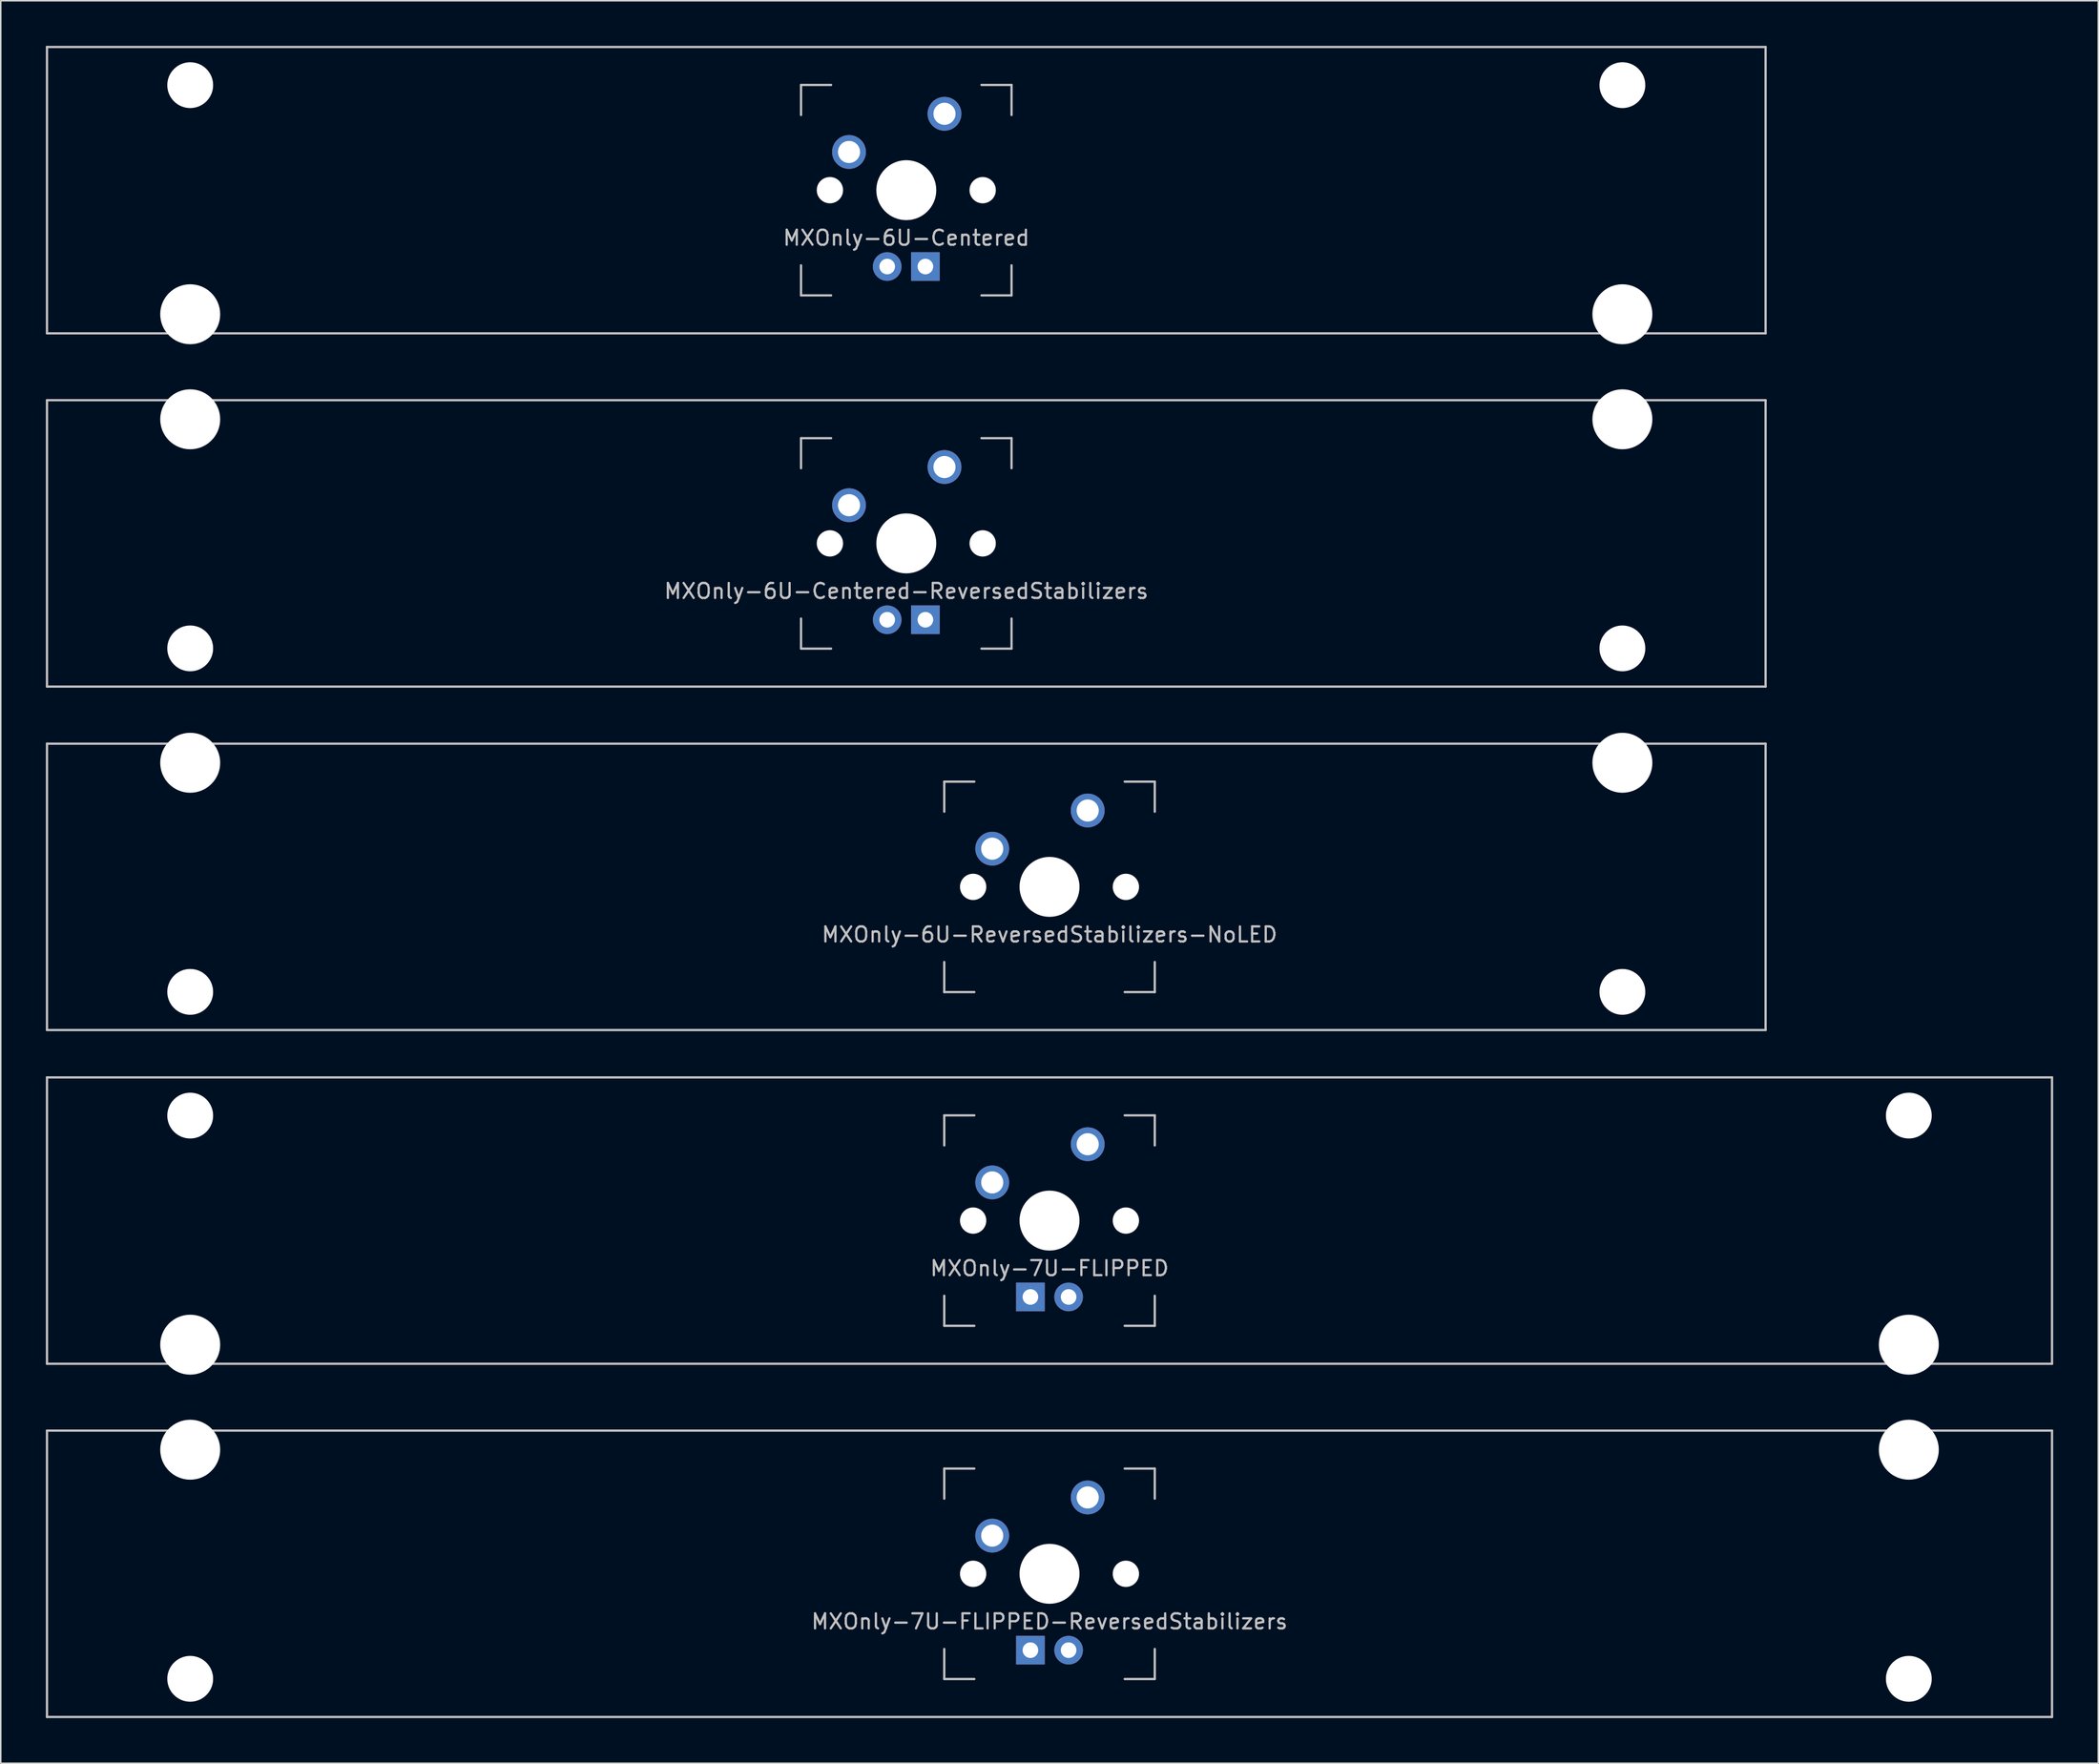
<source format=kicad_pcb>
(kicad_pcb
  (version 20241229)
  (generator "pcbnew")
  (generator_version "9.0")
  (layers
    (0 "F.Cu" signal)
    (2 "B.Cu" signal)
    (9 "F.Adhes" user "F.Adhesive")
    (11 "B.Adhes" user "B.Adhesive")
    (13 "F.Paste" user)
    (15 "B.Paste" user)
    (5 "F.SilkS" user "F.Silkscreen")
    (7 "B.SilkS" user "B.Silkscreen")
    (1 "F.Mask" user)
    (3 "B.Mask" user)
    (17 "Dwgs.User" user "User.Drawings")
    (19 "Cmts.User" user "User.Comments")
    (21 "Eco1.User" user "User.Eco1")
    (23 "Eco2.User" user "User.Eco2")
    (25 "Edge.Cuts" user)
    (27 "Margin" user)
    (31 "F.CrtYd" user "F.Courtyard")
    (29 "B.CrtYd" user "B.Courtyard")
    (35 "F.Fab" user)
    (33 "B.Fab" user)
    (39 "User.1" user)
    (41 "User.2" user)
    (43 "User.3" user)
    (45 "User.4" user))
  (footprint "MXOnly-6U-Centered-ReversedStabilizers"
    (layer "F.Cu")
    (at 57.225 33.098)
    (property "Reference" "MXOnly-6U-Centered-ReversedStabilizers" (at 0 3.175 0) (layer "Dwgs.User") (effects (font (size 1 1) (thickness 0.15))))
    (attr through_hole)
    (fp_line (start -57.15 -9.525) (end 57.15 -9.525) (stroke (width 0.15) (type solid)) (layer "Dwgs.User"))
    (fp_line (start -57.15 9.525) (end -57.15 -9.525) (stroke (width 0.15) (type solid)) (layer "Dwgs.User"))
    (fp_line (start -57.15 9.525) (end 57.15 9.525) (stroke (width 0.15) (type solid)) (layer "Dwgs.User"))
    (fp_line (start -7 -7) (end -7 -5) (stroke (width 0.15) (type solid)) (layer "Dwgs.User"))
    (fp_line (start -7 5) (end -7 7) (stroke (width 0.15) (type solid)) (layer "Dwgs.User"))
    (fp_line (start -7 7) (end -5 7) (stroke (width 0.15) (type solid)) (layer "Dwgs.User"))
    (fp_line (start -5 -7) (end -7 -7) (stroke (width 0.15) (type solid)) (layer "Dwgs.User"))
    (fp_line (start 5 -7) (end 7 -7) (stroke (width 0.15) (type solid)) (layer "Dwgs.User"))
    (fp_line (start 5 7) (end 7 7) (stroke (width 0.15) (type solid)) (layer "Dwgs.User"))
    (fp_line (start 7 -7) (end 7 -5) (stroke (width 0.15) (type solid)) (layer "Dwgs.User"))
    (fp_line (start 7 7) (end 7 5) (stroke (width 0.15) (type solid)) (layer "Dwgs.User"))
    (fp_line (start 57.15 -9.525) (end 57.15 9.525) (stroke (width 0.15) (type solid)) (layer "Dwgs.User"))
    (pad "" np_thru_hole circle (at -47.625 -8.255) (size 3.988 3.988) (drill 3.988) (layers "*.Cu" "*.Mask"))
    (pad "" np_thru_hole circle (at -47.625 6.985) (size 3.048 3.048) (drill 3.048) (layers "*.Cu" "*.Mask"))
    (pad "" np_thru_hole circle (at -5.08 0 48.1) (size 1.75 1.75) (drill 1.75) (layers "*.Cu" "*.Mask"))
    (pad "" np_thru_hole circle (at 0 0) (size 3.988 3.988) (drill 3.988) (layers "*.Cu" "*.Mask"))
    (pad "" np_thru_hole circle (at 5.08 0 48.1) (size 1.75 1.75) (drill 1.75) (layers "*.Cu" "*.Mask"))
    (pad "" np_thru_hole circle (at 47.625 -8.255) (size 3.988 3.988) (drill 3.988) (layers "*.Cu" "*.Mask"))
    (pad "" np_thru_hole circle (at 47.625 6.985) (size 3.048 3.048) (drill 3.048) (layers "*.Cu" "*.Mask"))
    (pad "1" thru_hole circle (at -3.81 -2.54) (size 2.25 2.25) (drill 1.47) (layers "*.Cu" "B.Mask"))
    (pad "2" thru_hole circle (at 2.54 -5.08) (size 2.25 2.25) (drill 1.47) (layers "*.Cu" "B.Mask"))
    (pad "3" thru_hole circle (at -1.27 5.08) (size 1.905 1.905) (drill 1.04) (layers "*.Cu" "B.Mask"))
    (pad "4" thru_hole rect (at 1.27 5.08) (size 1.905 1.905) (drill 1.04) (layers "*.Cu" "B.Mask")))
  (footprint "MXOnly-6U-ReversedStabilizers-NoLED"
    (layer "F.Cu")
    (at 57.225 55.947)
    (property "Reference" "MXOnly-6U-ReversedStabilizers-NoLED" (at 9.525 3.175 0) (layer "Dwgs.User") (effects (font (size 1 1) (thickness 0.15))))
    (attr through_hole)
    (fp_line (start -57.15 -9.525) (end 57.15 -9.525) (stroke (width 0.15) (type solid)) (layer "Dwgs.User"))
    (fp_line (start -57.15 9.525) (end -57.15 -9.525) (stroke (width 0.15) (type solid)) (layer "Dwgs.User"))
    (fp_line (start -57.15 9.525) (end 57.15 9.525) (stroke (width 0.15) (type solid)) (layer "Dwgs.User"))
    (fp_line (start 2.525 -7) (end 2.525 -5) (stroke (width 0.15) (type solid)) (layer "Dwgs.User"))
    (fp_line (start 2.525 5) (end 2.525 7) (stroke (width 0.15) (type solid)) (layer "Dwgs.User"))
    (fp_line (start 2.525 7) (end 4.525 7) (stroke (width 0.15) (type solid)) (layer "Dwgs.User"))
    (fp_line (start 4.525 -7) (end 2.525 -7) (stroke (width 0.15) (type solid)) (layer "Dwgs.User"))
    (fp_line (start 14.525 -7) (end 16.525 -7) (stroke (width 0.15) (type solid)) (layer "Dwgs.User"))
    (fp_line (start 14.525 7) (end 16.525 7) (stroke (width 0.15) (type solid)) (layer "Dwgs.User"))
    (fp_line (start 16.525 -7) (end 16.525 -5) (stroke (width 0.15) (type solid)) (layer "Dwgs.User"))
    (fp_line (start 16.525 7) (end 16.525 5) (stroke (width 0.15) (type solid)) (layer "Dwgs.User"))
    (fp_line (start 57.15 -9.525) (end 57.15 9.525) (stroke (width 0.15) (type solid)) (layer "Dwgs.User"))
    (pad "" np_thru_hole circle (at -47.625 -8.255) (size 3.988 3.988) (drill 3.988) (layers "*.Cu" "*.Mask"))
    (pad "" np_thru_hole circle (at -47.625 6.985) (size 3.048 3.048) (drill 3.048) (layers "*.Cu" "*.Mask"))
    (pad "" np_thru_hole circle (at 4.445 0 48.1) (size 1.75 1.75) (drill 1.75) (layers "*.Cu" "*.Mask"))
    (pad "" np_thru_hole circle (at 9.525 0) (size 3.988 3.988) (drill 3.988) (layers "*.Cu" "*.Mask"))
    (pad "" np_thru_hole circle (at 14.605 0 48.1) (size 1.75 1.75) (drill 1.75) (layers "*.Cu" "*.Mask"))
    (pad "" np_thru_hole circle (at 47.625 -8.255) (size 3.988 3.988) (drill 3.988) (layers "*.Cu" "*.Mask"))
    (pad "" np_thru_hole circle (at 47.625 6.985) (size 3.048 3.048) (drill 3.048) (layers "*.Cu" "*.Mask"))
    (pad "1" thru_hole circle (at 5.715 -2.54) (size 2.25 2.25) (drill 1.47) (layers "*.Cu" "B.Mask"))
    (pad "2" thru_hole circle (at 12.065 -5.08) (size 2.25 2.25) (drill 1.47) (layers "*.Cu" "B.Mask")))
  (footprint "MXOnly-7U-FLIPPED-ReversedStabilizers"
    (layer "F.Cu")
    (at 66.75 101.644)
    (property "Reference" "MXOnly-7U-FLIPPED-ReversedStabilizers" (at 0 3.175 0) (layer "Dwgs.User") (effects (font (size 1 1) (thickness 0.15))))
    (attr through_hole)
    (fp_line (start -66.675 -9.525) (end 66.675 -9.525) (stroke (width 0.15) (type solid)) (layer "Dwgs.User"))
    (fp_line (start -66.675 9.525) (end -66.675 -9.525) (stroke (width 0.15) (type solid)) (layer "Dwgs.User"))
    (fp_line (start -66.675 9.525) (end 66.675 9.525) (stroke (width 0.15) (type solid)) (layer "Dwgs.User"))
    (fp_line (start -7 -7) (end -7 -5) (stroke (width 0.15) (type solid)) (layer "Dwgs.User"))
    (fp_line (start -7 5) (end -7 7) (stroke (width 0.15) (type solid)) (layer "Dwgs.User"))
    (fp_line (start -7 7) (end -5 7) (stroke (width 0.15) (type solid)) (layer "Dwgs.User"))
    (fp_line (start -5 -7) (end -7 -7) (stroke (width 0.15) (type solid)) (layer "Dwgs.User"))
    (fp_line (start 5 -7) (end 7 -7) (stroke (width 0.15) (type solid)) (layer "Dwgs.User"))
    (fp_line (start 5 7) (end 7 7) (stroke (width 0.15) (type solid)) (layer "Dwgs.User"))
    (fp_line (start 7 -7) (end 7 -5) (stroke (width 0.15) (type solid)) (layer "Dwgs.User"))
    (fp_line (start 7 7) (end 7 5) (stroke (width 0.15) (type solid)) (layer "Dwgs.User"))
    (fp_line (start 66.675 -9.525) (end 66.675 9.525) (stroke (width 0.15) (type solid)) (layer "Dwgs.User"))
    (pad "" np_thru_hole circle (at -57.15 -8.255) (size 3.988 3.988) (drill 3.988) (layers "*.Cu" "*.Mask"))
    (pad "" np_thru_hole circle (at -57.15 6.985) (size 3.048 3.048) (drill 3.048) (layers "*.Cu" "*.Mask"))
    (pad "" np_thru_hole circle (at -5.08 0 48.1) (size 1.75 1.75) (drill 1.75) (layers "*.Cu" "*.Mask"))
    (pad "" np_thru_hole circle (at 0 0) (size 3.988 3.988) (drill 3.988) (layers "*.Cu" "*.Mask"))
    (pad "" np_thru_hole circle (at 5.08 0 48.1) (size 1.75 1.75) (drill 1.75) (layers "*.Cu" "*.Mask"))
    (pad "" np_thru_hole circle (at 57.15 -8.255) (size 3.988 3.988) (drill 3.988) (layers "*.Cu" "*.Mask"))
    (pad "" np_thru_hole circle (at 57.15 6.985) (size 3.048 3.048) (drill 3.048) (layers "*.Cu" "*.Mask"))
    (pad "1" thru_hole circle (at -3.81 -2.54) (size 2.25 2.25) (drill 1.47) (layers "*.Cu" "B.Mask"))
    (pad "2" thru_hole circle (at 2.54 -5.08) (size 2.25 2.25) (drill 1.47) (layers "*.Cu" "B.Mask"))
    (pad "3" thru_hole circle (at 1.27 5.08) (size 1.905 1.905) (drill 1.04) (layers "*.Cu" "B.Mask"))
    (pad "4" thru_hole rect (at -1.27 5.08) (size 1.905 1.905) (drill 1.04) (layers "*.Cu" "B.Mask")))
  (footprint "MXOnly-6U-Centered"
    (layer "F.Cu")
    (at 57.225 9.6)
    (property "Reference" "MXOnly-6U-Centered" (at 0 3.175 0) (layer "Dwgs.User") (effects (font (size 1 1) (thickness 0.15))))
    (attr through_hole)
    (fp_line (start -57.15 -9.525) (end 57.15 -9.525) (stroke (width 0.15) (type solid)) (layer "Dwgs.User"))
    (fp_line (start -57.15 9.525) (end -57.15 -9.525) (stroke (width 0.15) (type solid)) (layer "Dwgs.User"))
    (fp_line (start -57.15 9.525) (end 57.15 9.525) (stroke (width 0.15) (type solid)) (layer "Dwgs.User"))
    (fp_line (start -7 -7) (end -7 -5) (stroke (width 0.15) (type solid)) (layer "Dwgs.User"))
    (fp_line (start -7 5) (end -7 7) (stroke (width 0.15) (type solid)) (layer "Dwgs.User"))
    (fp_line (start -7 7) (end -5 7) (stroke (width 0.15) (type solid)) (layer "Dwgs.User"))
    (fp_line (start -5 -7) (end -7 -7) (stroke (width 0.15) (type solid)) (layer "Dwgs.User"))
    (fp_line (start 5 -7) (end 7 -7) (stroke (width 0.15) (type solid)) (layer "Dwgs.User"))
    (fp_line (start 5 7) (end 7 7) (stroke (width 0.15) (type solid)) (layer "Dwgs.User"))
    (fp_line (start 7 -7) (end 7 -5) (stroke (width 0.15) (type solid)) (layer "Dwgs.User"))
    (fp_line (start 7 7) (end 7 5) (stroke (width 0.15) (type solid)) (layer "Dwgs.User"))
    (fp_line (start 57.15 -9.525) (end 57.15 9.525) (stroke (width 0.15) (type solid)) (layer "Dwgs.User"))
    (pad "" np_thru_hole circle (at -47.625 -6.985) (size 3.048 3.048) (drill 3.048) (layers "*.Cu" "*.Mask"))
    (pad "" np_thru_hole circle (at -47.625 8.255) (size 3.988 3.988) (drill 3.988) (layers "*.Cu" "*.Mask"))
    (pad "" np_thru_hole circle (at -5.08 0 48.1) (size 1.75 1.75) (drill 1.75) (layers "*.Cu" "*.Mask"))
    (pad "" np_thru_hole circle (at 0 0) (size 3.988 3.988) (drill 3.988) (layers "*.Cu" "*.Mask"))
    (pad "" np_thru_hole circle (at 5.08 0 48.1) (size 1.75 1.75) (drill 1.75) (layers "*.Cu" "*.Mask"))
    (pad "" np_thru_hole circle (at 47.625 -6.985) (size 3.048 3.048) (drill 3.048) (layers "*.Cu" "*.Mask"))
    (pad "" np_thru_hole circle (at 47.625 8.255) (size 3.988 3.988) (drill 3.988) (layers "*.Cu" "*.Mask"))
    (pad "1" thru_hole circle (at -3.81 -2.54) (size 2.25 2.25) (drill 1.47) (layers "*.Cu" "B.Mask"))
    (pad "2" thru_hole circle (at 2.54 -5.08) (size 2.25 2.25) (drill 1.47) (layers "*.Cu" "B.Mask"))
    (pad "3" thru_hole circle (at -1.27 5.08) (size 1.905 1.905) (drill 1.04) (layers "*.Cu" "B.Mask"))
    (pad "4" thru_hole rect (at 1.27 5.08) (size 1.905 1.905) (drill 1.04) (layers "*.Cu" "B.Mask")))
  (footprint "MXOnly-7U-FLIPPED"
    (layer "F.Cu")
    (at 66.75 78.147)
    (property "Reference" "MXOnly-7U-FLIPPED" (at 0 3.175 0) (layer "Dwgs.User") (effects (font (size 1 1) (thickness 0.15))))
    (attr through_hole)
    (fp_line (start -66.675 -9.525) (end 66.675 -9.525) (stroke (width 0.15) (type solid)) (layer "Dwgs.User"))
    (fp_line (start -66.675 9.525) (end -66.675 -9.525) (stroke (width 0.15) (type solid)) (layer "Dwgs.User"))
    (fp_line (start -66.675 9.525) (end 66.675 9.525) (stroke (width 0.15) (type solid)) (layer "Dwgs.User"))
    (fp_line (start -7 -7) (end -7 -5) (stroke (width 0.15) (type solid)) (layer "Dwgs.User"))
    (fp_line (start -7 5) (end -7 7) (stroke (width 0.15) (type solid)) (layer "Dwgs.User"))
    (fp_line (start -7 7) (end -5 7) (stroke (width 0.15) (type solid)) (layer "Dwgs.User"))
    (fp_line (start -5 -7) (end -7 -7) (stroke (width 0.15) (type solid)) (layer "Dwgs.User"))
    (fp_line (start 5 -7) (end 7 -7) (stroke (width 0.15) (type solid)) (layer "Dwgs.User"))
    (fp_line (start 5 7) (end 7 7) (stroke (width 0.15) (type solid)) (layer "Dwgs.User"))
    (fp_line (start 7 -7) (end 7 -5) (stroke (width 0.15) (type solid)) (layer "Dwgs.User"))
    (fp_line (start 7 7) (end 7 5) (stroke (width 0.15) (type solid)) (layer "Dwgs.User"))
    (fp_line (start 66.675 -9.525) (end 66.675 9.525) (stroke (width 0.15) (type solid)) (layer "Dwgs.User"))
    (pad "" np_thru_hole circle (at -57.15 -6.985) (size 3.048 3.048) (drill 3.048) (layers "*.Cu" "*.Mask"))
    (pad "" np_thru_hole circle (at -57.15 8.255) (size 3.988 3.988) (drill 3.988) (layers "*.Cu" "*.Mask"))
    (pad "" np_thru_hole circle (at -5.08 0 48.1) (size 1.75 1.75) (drill 1.75) (layers "*.Cu" "*.Mask"))
    (pad "" np_thru_hole circle (at 0 0) (size 3.988 3.988) (drill 3.988) (layers "*.Cu" "*.Mask"))
    (pad "" np_thru_hole circle (at 5.08 0 48.1) (size 1.75 1.75) (drill 1.75) (layers "*.Cu" "*.Mask"))
    (pad "" np_thru_hole circle (at 57.15 -6.985) (size 3.048 3.048) (drill 3.048) (layers "*.Cu" "*.Mask"))
    (pad "" np_thru_hole circle (at 57.15 8.255) (size 3.988 3.988) (drill 3.988) (layers "*.Cu" "*.Mask"))
    (pad "1" thru_hole circle (at -3.81 -2.54) (size 2.25 2.25) (drill 1.47) (layers "*.Cu" "B.Mask"))
    (pad "2" thru_hole circle (at 2.54 -5.08) (size 2.25 2.25) (drill 1.47) (layers "*.Cu" "B.Mask"))
    (pad "3" thru_hole circle (at 1.27 5.08) (size 1.905 1.905) (drill 1.04) (layers "*.Cu" "B.Mask"))
    (pad "4" thru_hole rect (at -1.27 5.08) (size 1.905 1.905) (drill 1.04) (layers "*.Cu" "B.Mask")))
  (gr_rect
    (start -3 -3)
    (end 136.5 114.245)
    (stroke (width 0.1) (type default))
    (fill no)
    (layer "Edge.Cuts")))
</source>
